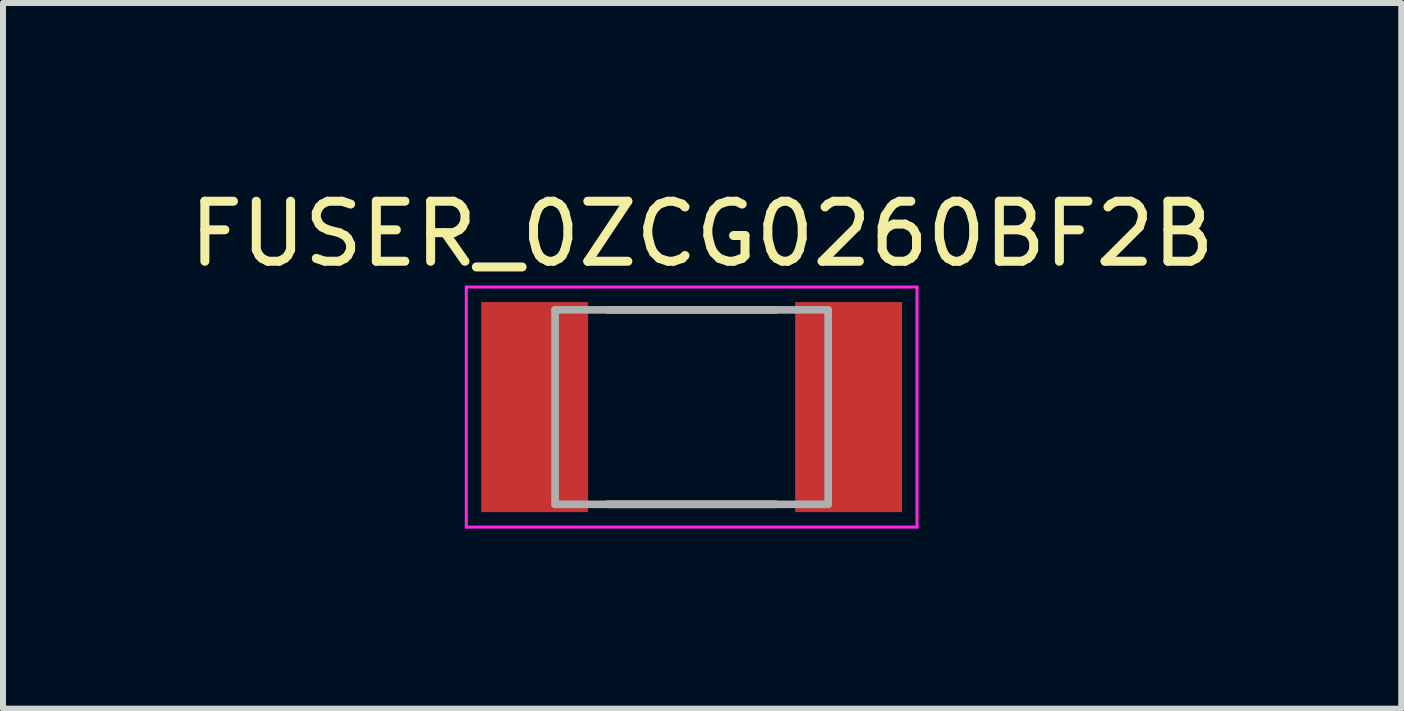
<source format=kicad_pcb>
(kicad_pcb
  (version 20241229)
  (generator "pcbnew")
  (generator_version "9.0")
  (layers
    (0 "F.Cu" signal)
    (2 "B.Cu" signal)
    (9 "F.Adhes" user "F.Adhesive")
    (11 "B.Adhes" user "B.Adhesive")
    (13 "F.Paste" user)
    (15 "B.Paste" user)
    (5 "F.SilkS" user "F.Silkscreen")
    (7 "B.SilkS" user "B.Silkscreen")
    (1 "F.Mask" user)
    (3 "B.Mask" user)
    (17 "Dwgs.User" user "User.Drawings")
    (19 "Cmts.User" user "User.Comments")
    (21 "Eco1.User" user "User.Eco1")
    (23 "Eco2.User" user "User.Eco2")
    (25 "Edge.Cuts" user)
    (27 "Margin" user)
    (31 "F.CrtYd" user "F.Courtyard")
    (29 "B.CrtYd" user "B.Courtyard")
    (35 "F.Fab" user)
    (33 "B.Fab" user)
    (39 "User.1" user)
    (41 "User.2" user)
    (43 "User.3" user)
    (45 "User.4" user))
  (footprint "FUSER_0ZCG0260BF2B"
    (layer "F.Cu")
    (at 8.474 3.733)
    (property "Reference" "FUSER_0ZCG0260BF2B" (at 0.175 -2.885 0) (layer "F.SilkS") (effects (font (size 1 1) (thickness 0.15))))
    (attr smd)
    (fp_line (start -1.4 -1.62) (end 1.4 -1.62) (stroke (width 0.127) (type solid)) (layer "F.SilkS"))
    (fp_line (start -1.4 1.62) (end 1.4 1.62) (stroke (width 0.127) (type solid)) (layer "F.SilkS"))
    (fp_line (start -3.755 -2) (end -3.755 2) (stroke (width 0.05) (type solid)) (layer "F.CrtYd"))
    (fp_line (start -3.755 2) (end 3.755 2) (stroke (width 0.05) (type solid)) (layer "F.CrtYd"))
    (fp_line (start 3.755 -2) (end -3.755 -2) (stroke (width 0.05) (type solid)) (layer "F.CrtYd"))
    (fp_line (start 3.755 2) (end 3.755 -2) (stroke (width 0.05) (type solid)) (layer "F.CrtYd"))
    (fp_line (start -2.275 -1.62) (end 2.275 -1.62) (stroke (width 0.127) (type solid)) (layer "F.Fab"))
    (fp_line (start -2.275 1.62) (end -2.275 -1.62) (stroke (width 0.127) (type solid)) (layer "F.Fab"))
    (fp_line (start 2.275 -1.62) (end 2.275 1.62) (stroke (width 0.127) (type solid)) (layer "F.Fab"))
    (fp_line (start 2.275 1.62) (end -2.275 1.62) (stroke (width 0.127) (type solid)) (layer "F.Fab"))
    (pad "1" smd rect (at -2.615 0) (size 1.78 3.5) (layers "F.Cu" "F.Mask" "F.Paste"))
    (pad "2" smd rect (at 2.615 0) (size 1.78 3.5) (layers "F.Cu" "F.Mask" "F.Paste")))
  (gr_rect
    (start -3 -3)
    (end 20.298 8.758)
    (stroke (width 0.1) (type default))
    (fill no)
    (layer "Edge.Cuts")))
</source>
